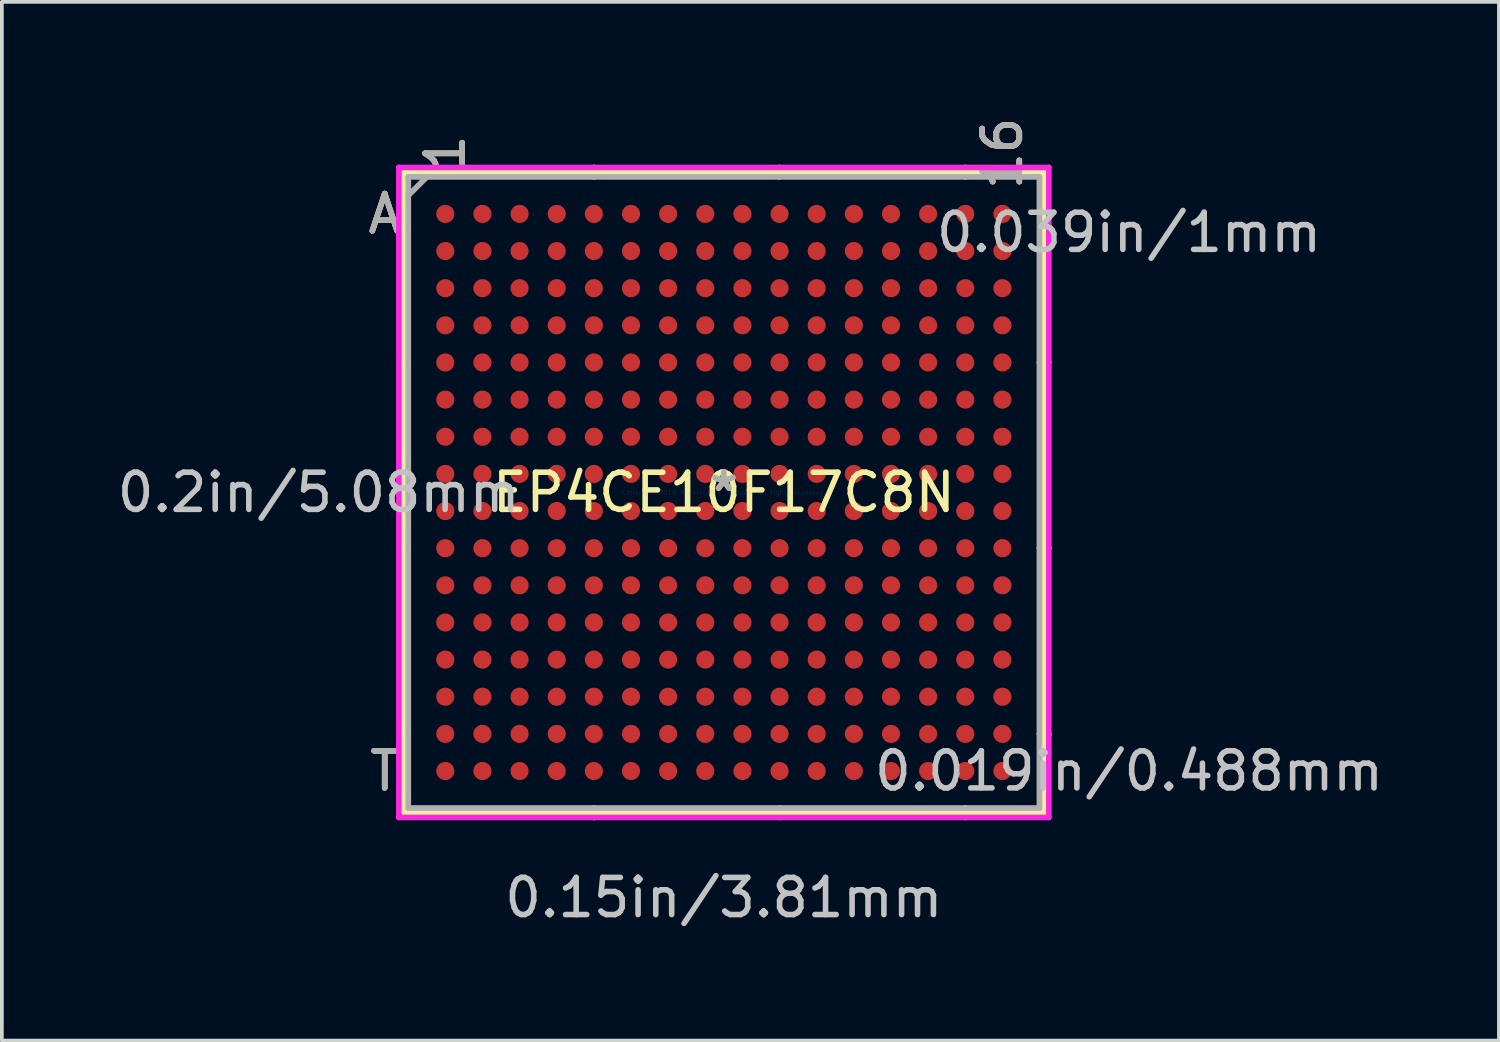
<source format=kicad_pcb>
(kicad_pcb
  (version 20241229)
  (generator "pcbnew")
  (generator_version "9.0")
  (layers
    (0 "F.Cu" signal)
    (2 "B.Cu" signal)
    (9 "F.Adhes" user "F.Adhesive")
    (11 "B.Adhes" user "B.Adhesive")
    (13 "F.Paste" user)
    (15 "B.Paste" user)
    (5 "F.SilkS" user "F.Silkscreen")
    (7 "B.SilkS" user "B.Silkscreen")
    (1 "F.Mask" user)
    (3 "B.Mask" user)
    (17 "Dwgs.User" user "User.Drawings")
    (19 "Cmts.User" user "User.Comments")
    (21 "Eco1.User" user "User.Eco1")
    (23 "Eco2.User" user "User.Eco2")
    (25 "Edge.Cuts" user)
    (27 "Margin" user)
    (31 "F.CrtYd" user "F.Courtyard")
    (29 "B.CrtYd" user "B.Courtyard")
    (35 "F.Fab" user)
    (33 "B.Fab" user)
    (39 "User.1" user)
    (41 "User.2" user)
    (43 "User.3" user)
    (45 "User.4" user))
  (footprint "EP4CE10F17C8N"
    (layer "F.Cu")
    (at 16.439 10.209)
    (property "Reference" "EP4CE10F17C8N" (at 0 0 0) (layer "F.SilkS") (effects (font (size 1 1) (thickness 0.15))))
    (attr through_hole)
    (fp_line (start -8.623 -8.623) (end -8.623 8.623) (stroke (width 0.152) (type solid)) (layer "F.SilkS"))
    (fp_line (start -8.623 8.623) (end 8.623 8.623) (stroke (width 0.152) (type solid)) (layer "F.SilkS"))
    (fp_line (start -8.496 -3.5) (end -8.75 -3.5) (stroke (width 0.152) (type solid)) (layer "F.SilkS"))
    (fp_line (start -8.496 1.5) (end -8.75 1.5) (stroke (width 0.152) (type solid)) (layer "F.SilkS"))
    (fp_line (start -8.496 6.5) (end -8.75 6.5) (stroke (width 0.152) (type solid)) (layer "F.SilkS"))
    (fp_line (start -3.5 -8.496) (end -3.5 -8.75) (stroke (width 0.152) (type solid)) (layer "F.SilkS"))
    (fp_line (start -3.5 8.496) (end -3.5 8.75) (stroke (width 0.152) (type solid)) (layer "F.SilkS"))
    (fp_line (start 1.5 -8.496) (end 1.5 -8.75) (stroke (width 0.152) (type solid)) (layer "F.SilkS"))
    (fp_line (start 1.5 8.496) (end 1.5 8.75) (stroke (width 0.152) (type solid)) (layer "F.SilkS"))
    (fp_line (start 6.5 -8.496) (end 6.5 -8.75) (stroke (width 0.152) (type solid)) (layer "F.SilkS"))
    (fp_line (start 6.5 8.496) (end 6.5 8.75) (stroke (width 0.152) (type solid)) (layer "F.SilkS"))
    (fp_line (start 8.496 -3.5) (end 8.75 -3.5) (stroke (width 0.152) (type solid)) (layer "F.SilkS"))
    (fp_line (start 8.496 1.5) (end 8.75 1.5) (stroke (width 0.152) (type solid)) (layer "F.SilkS"))
    (fp_line (start 8.496 6.5) (end 8.75 6.5) (stroke (width 0.152) (type solid)) (layer "F.SilkS"))
    (fp_line (start 8.623 -8.623) (end -8.623 -8.623) (stroke (width 0.152) (type solid)) (layer "F.SilkS"))
    (fp_line (start 8.623 8.623) (end 8.623 -8.623) (stroke (width 0.152) (type solid)) (layer "F.SilkS"))
    (fp_line (start -8.75 -8.75) (end 8.75 -8.75) (stroke (width 0.152) (type solid)) (layer "F.CrtYd"))
    (fp_line (start -8.75 8.75) (end -8.75 -8.75) (stroke (width 0.152) (type solid)) (layer "F.CrtYd"))
    (fp_line (start 8.75 -8.75) (end 8.75 8.75) (stroke (width 0.152) (type solid)) (layer "F.CrtYd"))
    (fp_line (start 8.75 8.75) (end -8.75 8.75) (stroke (width 0.152) (type solid)) (layer "F.CrtYd"))
    (fp_line (start -8.496 -8.496) (end -8.496 8.496) (stroke (width 0.152) (type solid)) (layer "F.Fab"))
    (fp_line (start -8.496 8.496) (end 8.496 8.496) (stroke (width 0.152) (type solid)) (layer "F.Fab"))
    (fp_line (start -7.996 -8.496) (end -8.496 -7.996) (stroke (width 0.152) (type solid)) (layer "F.Fab"))
    (fp_line (start 8.496 -8.496) (end -8.496 -8.496) (stroke (width 0.152) (type solid)) (layer "F.Fab"))
    (fp_line (start 8.496 8.496) (end 8.496 -8.496) (stroke (width 0.152) (type solid)) (layer "F.Fab"))
    (fp_text user "1" (at -7.5 -9.131 90) (layer "F.SilkS") (effects (font (size 1 1) (thickness 0.15))))
    (fp_text user "T" (at -9.131 7.5 0) (layer "F.SilkS") (effects (font (size 1 1) (thickness 0.15))))
    (fp_text user "A" (at -9.131 -7.5 0) (layer "F.SilkS") (effects (font (size 1 1) (thickness 0.15))))
    (fp_text user "*" (at 0 0 0) (layer "F.SilkS") (effects (font (size 1 1) (thickness 0.15))))
    (fp_text user "16" (at 7.5 -9.131 90) (layer "F.SilkS") (effects (font (size 1 1) (thickness 0.15))))
    (fp_text user "A" (at -9.131 -7.5 0) (layer "B.SilkS") (effects (font (size 1 1) (thickness 0.15))))
    (fp_text user "16" (at 7.5 -9.131 90) (layer "B.SilkS") (effects (font (size 1 1) (thickness 0.15))))
    (fp_text user "1" (at -7.5 -9.131 90) (layer "B.SilkS") (effects (font (size 1 1) (thickness 0.15))))
    (fp_text user "T" (at -9.131 7.5 0) (layer "B.SilkS") (effects (font (size 1 1) (thickness 0.15))))
    (fp_text user "0.019in/0.488mm" (at 10.909 7.5 0) (layer "Dwgs.User") (effects (font (size 1 1) (thickness 0.15))))
    (fp_text user "0.039in/1mm" (at 10.909 -7 0) (layer "Dwgs.User") (effects (font (size 1 1) (thickness 0.15))))
    (fp_text user "0.15in/3.81mm" (at 0 10.909 0) (layer "Dwgs.User") (effects (font (size 1 1) (thickness 0.15))))
    (fp_text user "0.2in/5.08mm" (at -10.909 0 0) (layer "Dwgs.User") (effects (font (size 1 1) (thickness 0.15))))
    (fp_text user "Copyright 2016 Accelerated Designs. All rights reserved." (at 0 0 0) (layer "Cmts.User") (effects (font (size 0.127 0.127) (thickness 0.002))))
    (fp_text user "T" (at -9.131 7.5 0) (layer "F.Fab") (effects (font (size 1 1) (thickness 0.15))))
    (fp_text user "*" (at 0 0 0) (layer "F.Fab") (effects (font (size 1 1) (thickness 0.15))))
    (fp_text user "16" (at 7.5 -9.131 90) (layer "F.Fab") (effects (font (size 1 1) (thickness 0.15))))
    (fp_text user "A" (at -9.131 -7.5 0) (layer "F.Fab") (effects (font (size 1 1) (thickness 0.15))))
    (fp_text user "1" (at -7.5 -9.131 90) (layer "F.Fab") (effects (font (size 1 1) (thickness 0.15))))
    (pad "A1" smd circle (at -7.5 -7.5) (size 0.488 0.488) (layers "F.Cu" "F.Mask" "F.Paste"))
    (pad "A2" smd circle (at -6.5 -7.5) (size 0.488 0.488) (layers "F.Cu" "F.Mask" "F.Paste"))
    (pad "A3" smd circle (at -5.5 -7.5) (size 0.488 0.488) (layers "F.Cu" "F.Mask" "F.Paste"))
    (pad "A4" smd circle (at -4.5 -7.5) (size 0.488 0.488) (layers "F.Cu" "F.Mask" "F.Paste"))
    (pad "A5" smd circle (at -3.5 -7.5) (size 0.488 0.488) (layers "F.Cu" "F.Mask" "F.Paste"))
    (pad "A6" smd circle (at -2.5 -7.5) (size 0.488 0.488) (layers "F.Cu" "F.Mask" "F.Paste"))
    (pad "A7" smd circle (at -1.5 -7.5) (size 0.488 0.488) (layers "F.Cu" "F.Mask" "F.Paste"))
    (pad "A8" smd circle (at -0.5 -7.5) (size 0.488 0.488) (layers "F.Cu" "F.Mask" "F.Paste"))
    (pad "A9" smd circle (at 0.5 -7.5) (size 0.488 0.488) (layers "F.Cu" "F.Mask" "F.Paste"))
    (pad "A10" smd circle (at 1.5 -7.5) (size 0.488 0.488) (layers "F.Cu" "F.Mask" "F.Paste"))
    (pad "A11" smd circle (at 2.5 -7.5) (size 0.488 0.488) (layers "F.Cu" "F.Mask" "F.Paste"))
    (pad "A12" smd circle (at 3.5 -7.5) (size 0.488 0.488) (layers "F.Cu" "F.Mask" "F.Paste"))
    (pad "A13" smd circle (at 4.5 -7.5) (size 0.488 0.488) (layers "F.Cu" "F.Mask" "F.Paste"))
    (pad "A14" smd circle (at 5.5 -7.5) (size 0.488 0.488) (layers "F.Cu" "F.Mask" "F.Paste"))
    (pad "A15" smd circle (at 6.5 -7.5) (size 0.488 0.488) (layers "F.Cu" "F.Mask" "F.Paste"))
    (pad "A16" smd circle (at 7.5 -7.5) (size 0.488 0.488) (layers "F.Cu" "F.Mask" "F.Paste"))
    (pad "B1" smd circle (at -7.5 -6.5) (size 0.488 0.488) (layers "F.Cu" "F.Mask" "F.Paste"))
    (pad "B2" smd circle (at -6.5 -6.5) (size 0.488 0.488) (layers "F.Cu" "F.Mask" "F.Paste"))
    (pad "B3" smd circle (at -5.5 -6.5) (size 0.488 0.488) (layers "F.Cu" "F.Mask" "F.Paste"))
    (pad "B4" smd circle (at -4.5 -6.5) (size 0.488 0.488) (layers "F.Cu" "F.Mask" "F.Paste"))
    (pad "B5" smd circle (at -3.5 -6.5) (size 0.488 0.488) (layers "F.Cu" "F.Mask" "F.Paste"))
    (pad "B6" smd circle (at -2.5 -6.5) (size 0.488 0.488) (layers "F.Cu" "F.Mask" "F.Paste"))
    (pad "B7" smd circle (at -1.5 -6.5) (size 0.488 0.488) (layers "F.Cu" "F.Mask" "F.Paste"))
    (pad "B8" smd circle (at -0.5 -6.5) (size 0.488 0.488) (layers "F.Cu" "F.Mask" "F.Paste"))
    (pad "B9" smd circle (at 0.5 -6.5) (size 0.488 0.488) (layers "F.Cu" "F.Mask" "F.Paste"))
    (pad "B10" smd circle (at 1.5 -6.5) (size 0.488 0.488) (layers "F.Cu" "F.Mask" "F.Paste"))
    (pad "B11" smd circle (at 2.5 -6.5) (size 0.488 0.488) (layers "F.Cu" "F.Mask" "F.Paste"))
    (pad "B12" smd circle (at 3.5 -6.5) (size 0.488 0.488) (layers "F.Cu" "F.Mask" "F.Paste"))
    (pad "B13" smd circle (at 4.5 -6.5) (size 0.488 0.488) (layers "F.Cu" "F.Mask" "F.Paste"))
    (pad "B14" smd circle (at 5.5 -6.5) (size 0.488 0.488) (layers "F.Cu" "F.Mask" "F.Paste"))
    (pad "B15" smd circle (at 6.5 -6.5) (size 0.488 0.488) (layers "F.Cu" "F.Mask" "F.Paste"))
    (pad "B16" smd circle (at 7.5 -6.5) (size 0.488 0.488) (layers "F.Cu" "F.Mask" "F.Paste"))
    (pad "C1" smd circle (at -7.5 -5.5) (size 0.488 0.488) (layers "F.Cu" "F.Mask" "F.Paste"))
    (pad "C2" smd circle (at -6.5 -5.5) (size 0.488 0.488) (layers "F.Cu" "F.Mask" "F.Paste"))
    (pad "C3" smd circle (at -5.5 -5.5) (size 0.488 0.488) (layers "F.Cu" "F.Mask" "F.Paste"))
    (pad "C4" smd circle (at -4.5 -5.5) (size 0.488 0.488) (layers "F.Cu" "F.Mask" "F.Paste"))
    (pad "C5" smd circle (at -3.5 -5.5) (size 0.488 0.488) (layers "F.Cu" "F.Mask" "F.Paste"))
    (pad "C6" smd circle (at -2.5 -5.5) (size 0.488 0.488) (layers "F.Cu" "F.Mask" "F.Paste"))
    (pad "C7" smd circle (at -1.5 -5.5) (size 0.488 0.488) (layers "F.Cu" "F.Mask" "F.Paste"))
    (pad "C8" smd circle (at -0.5 -5.5) (size 0.488 0.488) (layers "F.Cu" "F.Mask" "F.Paste"))
    (pad "C9" smd circle (at 0.5 -5.5) (size 0.488 0.488) (layers "F.Cu" "F.Mask" "F.Paste"))
    (pad "C10" smd circle (at 1.5 -5.5) (size 0.488 0.488) (layers "F.Cu" "F.Mask" "F.Paste"))
    (pad "C11" smd circle (at 2.5 -5.5) (size 0.488 0.488) (layers "F.Cu" "F.Mask" "F.Paste"))
    (pad "C12" smd circle (at 3.5 -5.5) (size 0.488 0.488) (layers "F.Cu" "F.Mask" "F.Paste"))
    (pad "C13" smd circle (at 4.5 -5.5) (size 0.488 0.488) (layers "F.Cu" "F.Mask" "F.Paste"))
    (pad "C14" smd circle (at 5.5 -5.5) (size 0.488 0.488) (layers "F.Cu" "F.Mask" "F.Paste"))
    (pad "C15" smd circle (at 6.5 -5.5) (size 0.488 0.488) (layers "F.Cu" "F.Mask" "F.Paste"))
    (pad "C16" smd circle (at 7.5 -5.5) (size 0.488 0.488) (layers "F.Cu" "F.Mask" "F.Paste"))
    (pad "D1" smd circle (at -7.5 -4.5) (size 0.488 0.488) (layers "F.Cu" "F.Mask" "F.Paste"))
    (pad "D2" smd circle (at -6.5 -4.5) (size 0.488 0.488) (layers "F.Cu" "F.Mask" "F.Paste"))
    (pad "D3" smd circle (at -5.5 -4.5) (size 0.488 0.488) (layers "F.Cu" "F.Mask" "F.Paste"))
    (pad "D4" smd circle (at -4.5 -4.5) (size 0.488 0.488) (layers "F.Cu" "F.Mask" "F.Paste"))
    (pad "D5" smd circle (at -3.5 -4.5) (size 0.488 0.488) (layers "F.Cu" "F.Mask" "F.Paste"))
    (pad "D6" smd circle (at -2.5 -4.5) (size 0.488 0.488) (layers "F.Cu" "F.Mask" "F.Paste"))
    (pad "D7" smd circle (at -1.5 -4.5) (size 0.488 0.488) (layers "F.Cu" "F.Mask" "F.Paste"))
    (pad "D8" smd circle (at -0.5 -4.5) (size 0.488 0.488) (layers "F.Cu" "F.Mask" "F.Paste"))
    (pad "D9" smd circle (at 0.5 -4.5) (size 0.488 0.488) (layers "F.Cu" "F.Mask" "F.Paste"))
    (pad "D10" smd circle (at 1.5 -4.5) (size 0.488 0.488) (layers "F.Cu" "F.Mask" "F.Paste"))
    (pad "D11" smd circle (at 2.5 -4.5) (size 0.488 0.488) (layers "F.Cu" "F.Mask" "F.Paste"))
    (pad "D12" smd circle (at 3.5 -4.5) (size 0.488 0.488) (layers "F.Cu" "F.Mask" "F.Paste"))
    (pad "D13" smd circle (at 4.5 -4.5) (size 0.488 0.488) (layers "F.Cu" "F.Mask" "F.Paste"))
    (pad "D14" smd circle (at 5.5 -4.5) (size 0.488 0.488) (layers "F.Cu" "F.Mask" "F.Paste"))
    (pad "D15" smd circle (at 6.5 -4.5) (size 0.488 0.488) (layers "F.Cu" "F.Mask" "F.Paste"))
    (pad "D16" smd circle (at 7.5 -4.5) (size 0.488 0.488) (layers "F.Cu" "F.Mask" "F.Paste"))
    (pad "E1" smd circle (at -7.5 -3.5) (size 0.488 0.488) (layers "F.Cu" "F.Mask" "F.Paste"))
    (pad "E2" smd circle (at -6.5 -3.5) (size 0.488 0.488) (layers "F.Cu" "F.Mask" "F.Paste"))
    (pad "E3" smd circle (at -5.5 -3.5) (size 0.488 0.488) (layers "F.Cu" "F.Mask" "F.Paste"))
    (pad "E4" smd circle (at -4.5 -3.5) (size 0.488 0.488) (layers "F.Cu" "F.Mask" "F.Paste"))
    (pad "E5" smd circle (at -3.5 -3.5) (size 0.488 0.488) (layers "F.Cu" "F.Mask" "F.Paste"))
    (pad "E6" smd circle (at -2.5 -3.5) (size 0.488 0.488) (layers "F.Cu" "F.Mask" "F.Paste"))
    (pad "E7" smd circle (at -1.5 -3.5) (size 0.488 0.488) (layers "F.Cu" "F.Mask" "F.Paste"))
    (pad "E8" smd circle (at -0.5 -3.5) (size 0.488 0.488) (layers "F.Cu" "F.Mask" "F.Paste"))
    (pad "E9" smd circle (at 0.5 -3.5) (size 0.488 0.488) (layers "F.Cu" "F.Mask" "F.Paste"))
    (pad "E10" smd circle (at 1.5 -3.5) (size 0.488 0.488) (layers "F.Cu" "F.Mask" "F.Paste"))
    (pad "E11" smd circle (at 2.5 -3.5) (size 0.488 0.488) (layers "F.Cu" "F.Mask" "F.Paste"))
    (pad "E12" smd circle (at 3.5 -3.5) (size 0.488 0.488) (layers "F.Cu" "F.Mask" "F.Paste"))
    (pad "E13" smd circle (at 4.5 -3.5) (size 0.488 0.488) (layers "F.Cu" "F.Mask" "F.Paste"))
    (pad "E14" smd circle (at 5.5 -3.5) (size 0.488 0.488) (layers "F.Cu" "F.Mask" "F.Paste"))
    (pad "E15" smd circle (at 6.5 -3.5) (size 0.488 0.488) (layers "F.Cu" "F.Mask" "F.Paste"))
    (pad "E16" smd circle (at 7.5 -3.5) (size 0.488 0.488) (layers "F.Cu" "F.Mask" "F.Paste"))
    (pad "F1" smd circle (at -7.5 -2.5) (size 0.488 0.488) (layers "F.Cu" "F.Mask" "F.Paste"))
    (pad "F2" smd circle (at -6.5 -2.5) (size 0.488 0.488) (layers "F.Cu" "F.Mask" "F.Paste"))
    (pad "F3" smd circle (at -5.5 -2.5) (size 0.488 0.488) (layers "F.Cu" "F.Mask" "F.Paste"))
    (pad "F4" smd circle (at -4.5 -2.5) (size 0.488 0.488) (layers "F.Cu" "F.Mask" "F.Paste"))
    (pad "F5" smd circle (at -3.5 -2.5) (size 0.488 0.488) (layers "F.Cu" "F.Mask" "F.Paste"))
    (pad "F6" smd circle (at -2.5 -2.5) (size 0.488 0.488) (layers "F.Cu" "F.Mask" "F.Paste"))
    (pad "F7" smd circle (at -1.5 -2.5) (size 0.488 0.488) (layers "F.Cu" "F.Mask" "F.Paste"))
    (pad "F8" smd circle (at -0.5 -2.5) (size 0.488 0.488) (layers "F.Cu" "F.Mask" "F.Paste"))
    (pad "F9" smd circle (at 0.5 -2.5) (size 0.488 0.488) (layers "F.Cu" "F.Mask" "F.Paste"))
    (pad "F10" smd circle (at 1.5 -2.5) (size 0.488 0.488) (layers "F.Cu" "F.Mask" "F.Paste"))
    (pad "F11" smd circle (at 2.5 -2.5) (size 0.488 0.488) (layers "F.Cu" "F.Mask" "F.Paste"))
    (pad "F12" smd circle (at 3.5 -2.5) (size 0.488 0.488) (layers "F.Cu" "F.Mask" "F.Paste"))
    (pad "F13" smd circle (at 4.5 -2.5) (size 0.488 0.488) (layers "F.Cu" "F.Mask" "F.Paste"))
    (pad "F14" smd circle (at 5.5 -2.5) (size 0.488 0.488) (layers "F.Cu" "F.Mask" "F.Paste"))
    (pad "F15" smd circle (at 6.5 -2.5) (size 0.488 0.488) (layers "F.Cu" "F.Mask" "F.Paste"))
    (pad "F16" smd circle (at 7.5 -2.5) (size 0.488 0.488) (layers "F.Cu" "F.Mask" "F.Paste"))
    (pad "G1" smd circle (at -7.5 -1.5) (size 0.488 0.488) (layers "F.Cu" "F.Mask" "F.Paste"))
    (pad "G2" smd circle (at -6.5 -1.5) (size 0.488 0.488) (layers "F.Cu" "F.Mask" "F.Paste"))
    (pad "G3" smd circle (at -5.5 -1.5) (size 0.488 0.488) (layers "F.Cu" "F.Mask" "F.Paste"))
    (pad "G4" smd circle (at -4.5 -1.5) (size 0.488 0.488) (layers "F.Cu" "F.Mask" "F.Paste"))
    (pad "G5" smd circle (at -3.5 -1.5) (size 0.488 0.488) (layers "F.Cu" "F.Mask" "F.Paste"))
    (pad "G6" smd circle (at -2.5 -1.5) (size 0.488 0.488) (layers "F.Cu" "F.Mask" "F.Paste"))
    (pad "G7" smd circle (at -1.5 -1.5) (size 0.488 0.488) (layers "F.Cu" "F.Mask" "F.Paste"))
    (pad "G8" smd circle (at -0.5 -1.5) (size 0.488 0.488) (layers "F.Cu" "F.Mask" "F.Paste"))
    (pad "G9" smd circle (at 0.5 -1.5) (size 0.488 0.488) (layers "F.Cu" "F.Mask" "F.Paste"))
    (pad "G10" smd circle (at 1.5 -1.5) (size 0.488 0.488) (layers "F.Cu" "F.Mask" "F.Paste"))
    (pad "G11" smd circle (at 2.5 -1.5) (size 0.488 0.488) (layers "F.Cu" "F.Mask" "F.Paste"))
    (pad "G12" smd circle (at 3.5 -1.5) (size 0.488 0.488) (layers "F.Cu" "F.Mask" "F.Paste"))
    (pad "G13" smd circle (at 4.5 -1.5) (size 0.488 0.488) (layers "F.Cu" "F.Mask" "F.Paste"))
    (pad "G14" smd circle (at 5.5 -1.5) (size 0.488 0.488) (layers "F.Cu" "F.Mask" "F.Paste"))
    (pad "G15" smd circle (at 6.5 -1.5) (size 0.488 0.488) (layers "F.Cu" "F.Mask" "F.Paste"))
    (pad "G16" smd circle (at 7.5 -1.5) (size 0.488 0.488) (layers "F.Cu" "F.Mask" "F.Paste"))
    (pad "H1" smd circle (at -7.5 -0.5) (size 0.488 0.488) (layers "F.Cu" "F.Mask" "F.Paste"))
    (pad "H2" smd circle (at -6.5 -0.5) (size 0.488 0.488) (layers "F.Cu" "F.Mask" "F.Paste"))
    (pad "H3" smd circle (at -5.5 -0.5) (size 0.488 0.488) (layers "F.Cu" "F.Mask" "F.Paste"))
    (pad "H4" smd circle (at -4.5 -0.5) (size 0.488 0.488) (layers "F.Cu" "F.Mask" "F.Paste"))
    (pad "H5" smd circle (at -3.5 -0.5) (size 0.488 0.488) (layers "F.Cu" "F.Mask" "F.Paste"))
    (pad "H6" smd circle (at -2.5 -0.5) (size 0.488 0.488) (layers "F.Cu" "F.Mask" "F.Paste"))
    (pad "H7" smd circle (at -1.5 -0.5) (size 0.488 0.488) (layers "F.Cu" "F.Mask" "F.Paste"))
    (pad "H8" smd circle (at -0.5 -0.5) (size 0.488 0.488) (layers "F.Cu" "F.Mask" "F.Paste"))
    (pad "H9" smd circle (at 0.5 -0.5) (size 0.488 0.488) (layers "F.Cu" "F.Mask" "F.Paste"))
    (pad "H10" smd circle (at 1.5 -0.5) (size 0.488 0.488) (layers "F.Cu" "F.Mask" "F.Paste"))
    (pad "H11" smd circle (at 2.5 -0.5) (size 0.488 0.488) (layers "F.Cu" "F.Mask" "F.Paste"))
    (pad "H12" smd circle (at 3.5 -0.5) (size 0.488 0.488) (layers "F.Cu" "F.Mask" "F.Paste"))
    (pad "H13" smd circle (at 4.5 -0.5) (size 0.488 0.488) (layers "F.Cu" "F.Mask" "F.Paste"))
    (pad "H14" smd circle (at 5.5 -0.5) (size 0.488 0.488) (layers "F.Cu" "F.Mask" "F.Paste"))
    (pad "H15" smd circle (at 6.5 -0.5) (size 0.488 0.488) (layers "F.Cu" "F.Mask" "F.Paste"))
    (pad "H16" smd circle (at 7.5 -0.5) (size 0.488 0.488) (layers "F.Cu" "F.Mask" "F.Paste"))
    (pad "J1" smd circle (at -7.5 0.5) (size 0.488 0.488) (layers "F.Cu" "F.Mask" "F.Paste"))
    (pad "J2" smd circle (at -6.5 0.5) (size 0.488 0.488) (layers "F.Cu" "F.Mask" "F.Paste"))
    (pad "J3" smd circle (at -5.5 0.5) (size 0.488 0.488) (layers "F.Cu" "F.Mask" "F.Paste"))
    (pad "J4" smd circle (at -4.5 0.5) (size 0.488 0.488) (layers "F.Cu" "F.Mask" "F.Paste"))
    (pad "J5" smd circle (at -3.5 0.5) (size 0.488 0.488) (layers "F.Cu" "F.Mask" "F.Paste"))
    (pad "J6" smd circle (at -2.5 0.5) (size 0.488 0.488) (layers "F.Cu" "F.Mask" "F.Paste"))
    (pad "J7" smd circle (at -1.5 0.5) (size 0.488 0.488) (layers "F.Cu" "F.Mask" "F.Paste"))
    (pad "J8" smd circle (at -0.5 0.5) (size 0.488 0.488) (layers "F.Cu" "F.Mask" "F.Paste"))
    (pad "J9" smd circle (at 0.5 0.5) (size 0.488 0.488) (layers "F.Cu" "F.Mask" "F.Paste"))
    (pad "J10" smd circle (at 1.5 0.5) (size 0.488 0.488) (layers "F.Cu" "F.Mask" "F.Paste"))
    (pad "J11" smd circle (at 2.5 0.5) (size 0.488 0.488) (layers "F.Cu" "F.Mask" "F.Paste"))
    (pad "J12" smd circle (at 3.5 0.5) (size 0.488 0.488) (layers "F.Cu" "F.Mask" "F.Paste"))
    (pad "J13" smd circle (at 4.5 0.5) (size 0.488 0.488) (layers "F.Cu" "F.Mask" "F.Paste"))
    (pad "J14" smd circle (at 5.5 0.5) (size 0.488 0.488) (layers "F.Cu" "F.Mask" "F.Paste"))
    (pad "J15" smd circle (at 6.5 0.5) (size 0.488 0.488) (layers "F.Cu" "F.Mask" "F.Paste"))
    (pad "J16" smd circle (at 7.5 0.5) (size 0.488 0.488) (layers "F.Cu" "F.Mask" "F.Paste"))
    (pad "K1" smd circle (at -7.5 1.5) (size 0.488 0.488) (layers "F.Cu" "F.Mask" "F.Paste"))
    (pad "K2" smd circle (at -6.5 1.5) (size 0.488 0.488) (layers "F.Cu" "F.Mask" "F.Paste"))
    (pad "K3" smd circle (at -5.5 1.5) (size 0.488 0.488) (layers "F.Cu" "F.Mask" "F.Paste"))
    (pad "K4" smd circle (at -4.5 1.5) (size 0.488 0.488) (layers "F.Cu" "F.Mask" "F.Paste"))
    (pad "K5" smd circle (at -3.5 1.5) (size 0.488 0.488) (layers "F.Cu" "F.Mask" "F.Paste"))
    (pad "K6" smd circle (at -2.5 1.5) (size 0.488 0.488) (layers "F.Cu" "F.Mask" "F.Paste"))
    (pad "K7" smd circle (at -1.5 1.5) (size 0.488 0.488) (layers "F.Cu" "F.Mask" "F.Paste"))
    (pad "K8" smd circle (at -0.5 1.5) (size 0.488 0.488) (layers "F.Cu" "F.Mask" "F.Paste"))
    (pad "K9" smd circle (at 0.5 1.5) (size 0.488 0.488) (layers "F.Cu" "F.Mask" "F.Paste"))
    (pad "K10" smd circle (at 1.5 1.5) (size 0.488 0.488) (layers "F.Cu" "F.Mask" "F.Paste"))
    (pad "K11" smd circle (at 2.5 1.5) (size 0.488 0.488) (layers "F.Cu" "F.Mask" "F.Paste"))
    (pad "K12" smd circle (at 3.5 1.5) (size 0.488 0.488) (layers "F.Cu" "F.Mask" "F.Paste"))
    (pad "K13" smd circle (at 4.5 1.5) (size 0.488 0.488) (layers "F.Cu" "F.Mask" "F.Paste"))
    (pad "K14" smd circle (at 5.5 1.5) (size 0.488 0.488) (layers "F.Cu" "F.Mask" "F.Paste"))
    (pad "K15" smd circle (at 6.5 1.5) (size 0.488 0.488) (layers "F.Cu" "F.Mask" "F.Paste"))
    (pad "K16" smd circle (at 7.5 1.5) (size 0.488 0.488) (layers "F.Cu" "F.Mask" "F.Paste"))
    (pad "L1" smd circle (at -7.5 2.5) (size 0.488 0.488) (layers "F.Cu" "F.Mask" "F.Paste"))
    (pad "L2" smd circle (at -6.5 2.5) (size 0.488 0.488) (layers "F.Cu" "F.Mask" "F.Paste"))
    (pad "L3" smd circle (at -5.5 2.5) (size 0.488 0.488) (layers "F.Cu" "F.Mask" "F.Paste"))
    (pad "L4" smd circle (at -4.5 2.5) (size 0.488 0.488) (layers "F.Cu" "F.Mask" "F.Paste"))
    (pad "L5" smd circle (at -3.5 2.5) (size 0.488 0.488) (layers "F.Cu" "F.Mask" "F.Paste"))
    (pad "L6" smd circle (at -2.5 2.5) (size 0.488 0.488) (layers "F.Cu" "F.Mask" "F.Paste"))
    (pad "L7" smd circle (at -1.5 2.5) (size 0.488 0.488) (layers "F.Cu" "F.Mask" "F.Paste"))
    (pad "L8" smd circle (at -0.5 2.5) (size 0.488 0.488) (layers "F.Cu" "F.Mask" "F.Paste"))
    (pad "L9" smd circle (at 0.5 2.5) (size 0.488 0.488) (layers "F.Cu" "F.Mask" "F.Paste"))
    (pad "L10" smd circle (at 1.5 2.5) (size 0.488 0.488) (layers "F.Cu" "F.Mask" "F.Paste"))
    (pad "L11" smd circle (at 2.5 2.5) (size 0.488 0.488) (layers "F.Cu" "F.Mask" "F.Paste"))
    (pad "L12" smd circle (at 3.5 2.5) (size 0.488 0.488) (layers "F.Cu" "F.Mask" "F.Paste"))
    (pad "L13" smd circle (at 4.5 2.5) (size 0.488 0.488) (layers "F.Cu" "F.Mask" "F.Paste"))
    (pad "L14" smd circle (at 5.5 2.5) (size 0.488 0.488) (layers "F.Cu" "F.Mask" "F.Paste"))
    (pad "L15" smd circle (at 6.5 2.5) (size 0.488 0.488) (layers "F.Cu" "F.Mask" "F.Paste"))
    (pad "L16" smd circle (at 7.5 2.5) (size 0.488 0.488) (layers "F.Cu" "F.Mask" "F.Paste"))
    (pad "M1" smd circle (at -7.5 3.5) (size 0.488 0.488) (layers "F.Cu" "F.Mask" "F.Paste"))
    (pad "M2" smd circle (at -6.5 3.5) (size 0.488 0.488) (layers "F.Cu" "F.Mask" "F.Paste"))
    (pad "M3" smd circle (at -5.5 3.5) (size 0.488 0.488) (layers "F.Cu" "F.Mask" "F.Paste"))
    (pad "M4" smd circle (at -4.5 3.5) (size 0.488 0.488) (layers "F.Cu" "F.Mask" "F.Paste"))
    (pad "M5" smd circle (at -3.5 3.5) (size 0.488 0.488) (layers "F.Cu" "F.Mask" "F.Paste"))
    (pad "M6" smd circle (at -2.5 3.5) (size 0.488 0.488) (layers "F.Cu" "F.Mask" "F.Paste"))
    (pad "M7" smd circle (at -1.5 3.5) (size 0.488 0.488) (layers "F.Cu" "F.Mask" "F.Paste"))
    (pad "M8" smd circle (at -0.5 3.5) (size 0.488 0.488) (layers "F.Cu" "F.Mask" "F.Paste"))
    (pad "M9" smd circle (at 0.5 3.5) (size 0.488 0.488) (layers "F.Cu" "F.Mask" "F.Paste"))
    (pad "M10" smd circle (at 1.5 3.5) (size 0.488 0.488) (layers "F.Cu" "F.Mask" "F.Paste"))
    (pad "M11" smd circle (at 2.5 3.5) (size 0.488 0.488) (layers "F.Cu" "F.Mask" "F.Paste"))
    (pad "M12" smd circle (at 3.5 3.5) (size 0.488 0.488) (layers "F.Cu" "F.Mask" "F.Paste"))
    (pad "M13" smd circle (at 4.5 3.5) (size 0.488 0.488) (layers "F.Cu" "F.Mask" "F.Paste"))
    (pad "M14" smd circle (at 5.5 3.5) (size 0.488 0.488) (layers "F.Cu" "F.Mask" "F.Paste"))
    (pad "M15" smd circle (at 6.5 3.5) (size 0.488 0.488) (layers "F.Cu" "F.Mask" "F.Paste"))
    (pad "M16" smd circle (at 7.5 3.5) (size 0.488 0.488) (layers "F.Cu" "F.Mask" "F.Paste"))
    (pad "N1" smd circle (at -7.5 4.5) (size 0.488 0.488) (layers "F.Cu" "F.Mask" "F.Paste"))
    (pad "N2" smd circle (at -6.5 4.5) (size 0.488 0.488) (layers "F.Cu" "F.Mask" "F.Paste"))
    (pad "N3" smd circle (at -5.5 4.5) (size 0.488 0.488) (layers "F.Cu" "F.Mask" "F.Paste"))
    (pad "N4" smd circle (at -4.5 4.5) (size 0.488 0.488) (layers "F.Cu" "F.Mask" "F.Paste"))
    (pad "N5" smd circle (at -3.5 4.5) (size 0.488 0.488) (layers "F.Cu" "F.Mask" "F.Paste"))
    (pad "N6" smd circle (at -2.5 4.5) (size 0.488 0.488) (layers "F.Cu" "F.Mask" "F.Paste"))
    (pad "N7" smd circle (at -1.5 4.5) (size 0.488 0.488) (layers "F.Cu" "F.Mask" "F.Paste"))
    (pad "N8" smd circle (at -0.5 4.5) (size 0.488 0.488) (layers "F.Cu" "F.Mask" "F.Paste"))
    (pad "N9" smd circle (at 0.5 4.5) (size 0.488 0.488) (layers "F.Cu" "F.Mask" "F.Paste"))
    (pad "N10" smd circle (at 1.5 4.5) (size 0.488 0.488) (layers "F.Cu" "F.Mask" "F.Paste"))
    (pad "N11" smd circle (at 2.5 4.5) (size 0.488 0.488) (layers "F.Cu" "F.Mask" "F.Paste"))
    (pad "N12" smd circle (at 3.5 4.5) (size 0.488 0.488) (layers "F.Cu" "F.Mask" "F.Paste"))
    (pad "N13" smd circle (at 4.5 4.5) (size 0.488 0.488) (layers "F.Cu" "F.Mask" "F.Paste"))
    (pad "N14" smd circle (at 5.5 4.5) (size 0.488 0.488) (layers "F.Cu" "F.Mask" "F.Paste"))
    (pad "N15" smd circle (at 6.5 4.5) (size 0.488 0.488) (layers "F.Cu" "F.Mask" "F.Paste"))
    (pad "N16" smd circle (at 7.5 4.5) (size 0.488 0.488) (layers "F.Cu" "F.Mask" "F.Paste"))
    (pad "P1" smd circle (at -7.5 5.5) (size 0.488 0.488) (layers "F.Cu" "F.Mask" "F.Paste"))
    (pad "P2" smd circle (at -6.5 5.5) (size 0.488 0.488) (layers "F.Cu" "F.Mask" "F.Paste"))
    (pad "P3" smd circle (at -5.5 5.5) (size 0.488 0.488) (layers "F.Cu" "F.Mask" "F.Paste"))
    (pad "P4" smd circle (at -4.5 5.5) (size 0.488 0.488) (layers "F.Cu" "F.Mask" "F.Paste"))
    (pad "P5" smd circle (at -3.5 5.5) (size 0.488 0.488) (layers "F.Cu" "F.Mask" "F.Paste"))
    (pad "P6" smd circle (at -2.5 5.5) (size 0.488 0.488) (layers "F.Cu" "F.Mask" "F.Paste"))
    (pad "P7" smd circle (at -1.5 5.5) (size 0.488 0.488) (layers "F.Cu" "F.Mask" "F.Paste"))
    (pad "P8" smd circle (at -0.5 5.5) (size 0.488 0.488) (layers "F.Cu" "F.Mask" "F.Paste"))
    (pad "P9" smd circle (at 0.5 5.5) (size 0.488 0.488) (layers "F.Cu" "F.Mask" "F.Paste"))
    (pad "P10" smd circle (at 1.5 5.5) (size 0.488 0.488) (layers "F.Cu" "F.Mask" "F.Paste"))
    (pad "P11" smd circle (at 2.5 5.5) (size 0.488 0.488) (layers "F.Cu" "F.Mask" "F.Paste"))
    (pad "P12" smd circle (at 3.5 5.5) (size 0.488 0.488) (layers "F.Cu" "F.Mask" "F.Paste"))
    (pad "P13" smd circle (at 4.5 5.5) (size 0.488 0.488) (layers "F.Cu" "F.Mask" "F.Paste"))
    (pad "P14" smd circle (at 5.5 5.5) (size 0.488 0.488) (layers "F.Cu" "F.Mask" "F.Paste"))
    (pad "P15" smd circle (at 6.5 5.5) (size 0.488 0.488) (layers "F.Cu" "F.Mask" "F.Paste"))
    (pad "P16" smd circle (at 7.5 5.5) (size 0.488 0.488) (layers "F.Cu" "F.Mask" "F.Paste"))
    (pad "R1" smd circle (at -7.5 6.5) (size 0.488 0.488) (layers "F.Cu" "F.Mask" "F.Paste"))
    (pad "R2" smd circle (at -6.5 6.5) (size 0.488 0.488) (layers "F.Cu" "F.Mask" "F.Paste"))
    (pad "R3" smd circle (at -5.5 6.5) (size 0.488 0.488) (layers "F.Cu" "F.Mask" "F.Paste"))
    (pad "R4" smd circle (at -4.5 6.5) (size 0.488 0.488) (layers "F.Cu" "F.Mask" "F.Paste"))
    (pad "R5" smd circle (at -3.5 6.5) (size 0.488 0.488) (layers "F.Cu" "F.Mask" "F.Paste"))
    (pad "R6" smd circle (at -2.5 6.5) (size 0.488 0.488) (layers "F.Cu" "F.Mask" "F.Paste"))
    (pad "R7" smd circle (at -1.5 6.5) (size 0.488 0.488) (layers "F.Cu" "F.Mask" "F.Paste"))
    (pad "R8" smd circle (at -0.5 6.5) (size 0.488 0.488) (layers "F.Cu" "F.Mask" "F.Paste"))
    (pad "R9" smd circle (at 0.5 6.5) (size 0.488 0.488) (layers "F.Cu" "F.Mask" "F.Paste"))
    (pad "R10" smd circle (at 1.5 6.5) (size 0.488 0.488) (layers "F.Cu" "F.Mask" "F.Paste"))
    (pad "R11" smd circle (at 2.5 6.5) (size 0.488 0.488) (layers "F.Cu" "F.Mask" "F.Paste"))
    (pad "R12" smd circle (at 3.5 6.5) (size 0.488 0.488) (layers "F.Cu" "F.Mask" "F.Paste"))
    (pad "R13" smd circle (at 4.5 6.5) (size 0.488 0.488) (layers "F.Cu" "F.Mask" "F.Paste"))
    (pad "R14" smd circle (at 5.5 6.5) (size 0.488 0.488) (layers "F.Cu" "F.Mask" "F.Paste"))
    (pad "R15" smd circle (at 6.5 6.5) (size 0.488 0.488) (layers "F.Cu" "F.Mask" "F.Paste"))
    (pad "R16" smd circle (at 7.5 6.5) (size 0.488 0.488) (layers "F.Cu" "F.Mask" "F.Paste"))
    (pad "T1" smd circle (at -7.5 7.5) (size 0.488 0.488) (layers "F.Cu" "F.Mask" "F.Paste"))
    (pad "T2" smd circle (at -6.5 7.5) (size 0.488 0.488) (layers "F.Cu" "F.Mask" "F.Paste"))
    (pad "T3" smd circle (at -5.5 7.5) (size 0.488 0.488) (layers "F.Cu" "F.Mask" "F.Paste"))
    (pad "T4" smd circle (at -4.5 7.5) (size 0.488 0.488) (layers "F.Cu" "F.Mask" "F.Paste"))
    (pad "T5" smd circle (at -3.5 7.5) (size 0.488 0.488) (layers "F.Cu" "F.Mask" "F.Paste"))
    (pad "T6" smd circle (at -2.5 7.5) (size 0.488 0.488) (layers "F.Cu" "F.Mask" "F.Paste"))
    (pad "T7" smd circle (at -1.5 7.5) (size 0.488 0.488) (layers "F.Cu" "F.Mask" "F.Paste"))
    (pad "T8" smd circle (at -0.5 7.5) (size 0.488 0.488) (layers "F.Cu" "F.Mask" "F.Paste"))
    (pad "T9" smd circle (at 0.5 7.5) (size 0.488 0.488) (layers "F.Cu" "F.Mask" "F.Paste"))
    (pad "T10" smd circle (at 1.5 7.5) (size 0.488 0.488) (layers "F.Cu" "F.Mask" "F.Paste"))
    (pad "T11" smd circle (at 2.5 7.5) (size 0.488 0.488) (layers "F.Cu" "F.Mask" "F.Paste"))
    (pad "T12" smd circle (at 3.5 7.5) (size 0.488 0.488) (layers "F.Cu" "F.Mask" "F.Paste"))
    (pad "T13" smd circle (at 4.5 7.5) (size 0.488 0.488) (layers "F.Cu" "F.Mask" "F.Paste"))
    (pad "T14" smd circle (at 5.5 7.5) (size 0.488 0.488) (layers "F.Cu" "F.Mask" "F.Paste"))
    (pad "T15" smd circle (at 6.5 7.5) (size 0.488 0.488) (layers "F.Cu" "F.Mask" "F.Paste"))
    (pad "T16" smd circle (at 7.5 7.5) (size 0.488 0.488) (layers "F.Cu" "F.Mask" "F.Paste")))
  (gr_rect
    (start -3 -3)
    (end 37.307 24.966)
    (stroke (width 0.1) (type default))
    (fill no)
    (layer "Edge.Cuts")))
</source>
